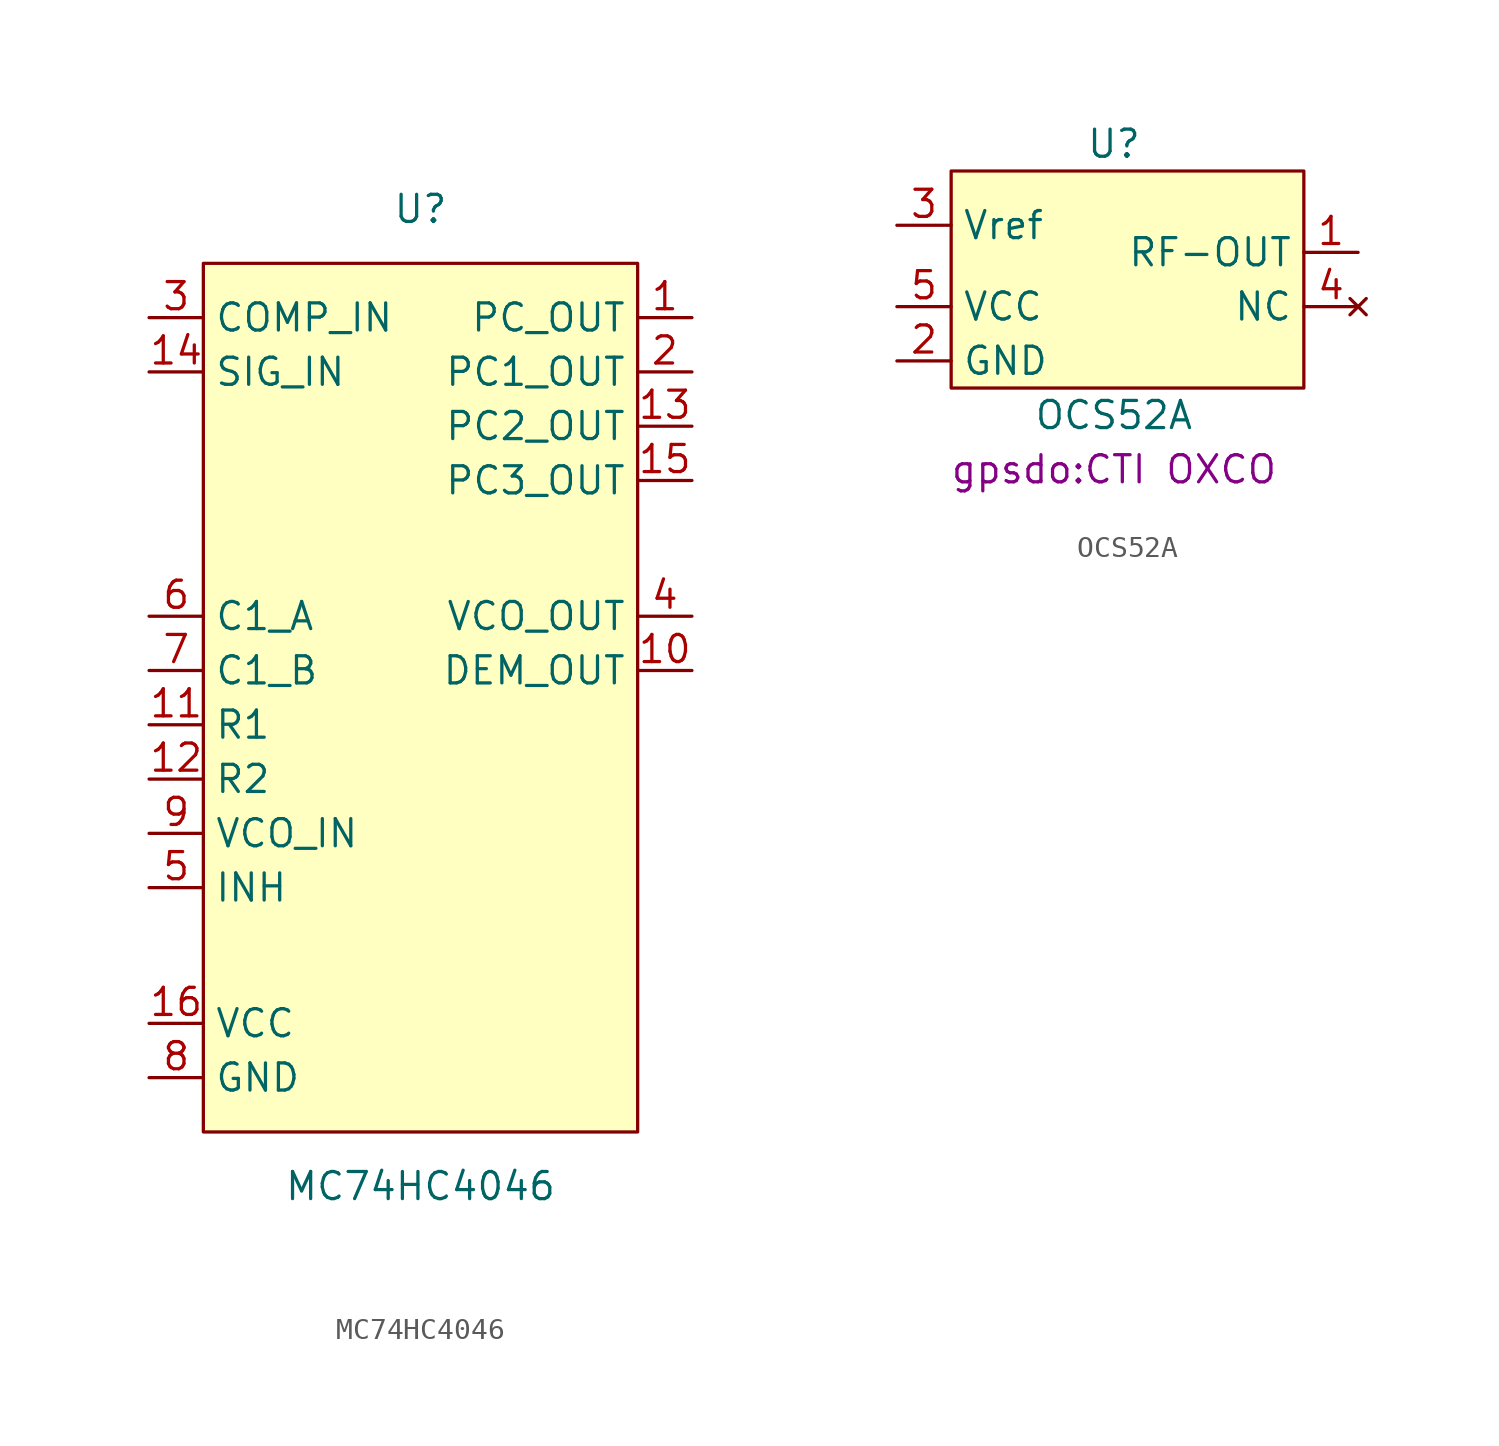
<source format=kicad_sym>
(kicad_symbol_lib
  (version 20211014)
  (generator kicad_symbol_editor)
  (symbol "MC74HC4046"
    (property "Reference" "U"
      (at 0 24.13 0)
      (effects (font (size 1.27 1.27))))
    (property "Value" "MC74HC4046"
      (at 0 -21.59 0)
      (effects (font (size 1.27 1.27))))
    (symbol "MC74HC4046_0_1"
      (rectangle (start -10.16 21.59) (end 10.16 -19.05) (stroke (width 0) (type default) (color 0 0 0 0)) (fill (type background))))
    (symbol "MC74HC4046_1_1"
      (pin output line (at 12.7 19.05 180) (length 2.54) (name "PC_OUT" (effects (font (size 1.27 1.27)))) (number "1" (effects (font (size 1.27 1.27)))))
      (pin output line (at 12.7 2.54 180) (length 2.54) (name "DEM_OUT" (effects (font (size 1.27 1.27)))) (number "10" (effects (font (size 1.27 1.27)))))
      (pin input line (at -12.7 0 0) (length 2.54) (name "R1" (effects (font (size 1.27 1.27)))) (number "11" (effects (font (size 1.27 1.27)))))
      (pin input line (at -12.7 -2.54 0) (length 2.54) (name "R2" (effects (font (size 1.27 1.27)))) (number "12" (effects (font (size 1.27 1.27)))))
      (pin output line (at 12.7 13.97 180) (length 2.54) (name "PC2_OUT" (effects (font (size 1.27 1.27)))) (number "13" (effects (font (size 1.27 1.27)))))
      (pin input line (at -12.7 16.51 0) (length 2.54) (name "SIG_IN" (effects (font (size 1.27 1.27)))) (number "14" (effects (font (size 1.27 1.27)))))
      (pin output line (at 12.7 11.43 180) (length 2.54) (name "PC3_OUT" (effects (font (size 1.27 1.27)))) (number "15" (effects (font (size 1.27 1.27)))))
      (pin input line (at -12.7 -13.97 0) (length 2.54) (name "VCC" (effects (font (size 1.27 1.27)))) (number "16" (effects (font (size 1.27 1.27)))))
      (pin output line (at 12.7 16.51 180) (length 2.54) (name "PC1_OUT" (effects (font (size 1.27 1.27)))) (number "2" (effects (font (size 1.27 1.27)))))
      (pin input line (at -12.7 19.05 0) (length 2.54) (name "COMP_IN" (effects (font (size 1.27 1.27)))) (number "3" (effects (font (size 1.27 1.27)))))
      (pin output line (at 12.7 5.08 180) (length 2.54) (name "VCO_OUT" (effects (font (size 1.27 1.27)))) (number "4" (effects (font (size 1.27 1.27)))))
      (pin input line (at -12.7 -7.62 0) (length 2.54) (name "INH" (effects (font (size 1.27 1.27)))) (number "5" (effects (font (size 1.27 1.27)))))
      (pin input line (at -12.7 5.08 0) (length 2.54) (name "C1_A" (effects (font (size 1.27 1.27)))) (number "6" (effects (font (size 1.27 1.27)))))
      (pin input line (at -12.7 2.54 0) (length 2.54) (name "C1_B" (effects (font (size 1.27 1.27)))) (number "7" (effects (font (size 1.27 1.27)))))
      (pin input line (at -12.7 -16.51 0) (length 2.54) (name "GND" (effects (font (size 1.27 1.27)))) (number "8" (effects (font (size 1.27 1.27)))))
      (pin input line (at -12.7 -5.08 0) (length 2.54) (name "VCO_IN" (effects (font (size 1.27 1.27)))) (number "9" (effects (font (size 1.27 1.27)))))))
  (symbol "OCS52A"
    (property "Reference" "U"
      (at 0 6.35 0)
      (effects (font (size 1.27 1.27))))
    (property "Value" "OCS52A"
      (at 0 -6.35 0)
      (effects (font (size 1.27 1.27))))
    (property "Footprint" "gpsdo:CTI OXCO"
      (at 0 -8.89 0)
      (effects (font (size 1.27 1.27))))
    (symbol "OCS52A_0_1"
      (rectangle (start -7.62 5.08) (end 8.89 -5.08) (stroke (width 0) (type default) (color 0 0 0 0)) (fill (type background))))
    (symbol "OCS52A_1_1"
      (pin output line (at 11.43 1.27 180) (length 2.54) (name "RF-OUT" (effects (font (size 1.27 1.27)))) (number "1" (effects (font (size 1.27 1.27)))))
      (pin output line (at -10.16 -3.81 0) (length 2.54) (name "GND" (effects (font (size 1.27 1.27)))) (number "2" (effects (font (size 1.27 1.27)))))
      (pin input line (at -10.16 2.54 0) (length 2.54) (name "Vref" (effects (font (size 1.27 1.27)))) (number "3" (effects (font (size 1.27 1.27)))))
      (pin no_connect line (at 11.43 -1.27 180) (length 2.54) (name "NC" (effects (font (size 1.27 1.27)))) (number "4" (effects (font (size 1.27 1.27)))))
      (pin input line (at -10.16 -1.27 0) (length 2.54) (name "VCC" (effects (font (size 1.27 1.27)))) (number "5" (effects (font (size 1.27 1.27))))))))
</source>
